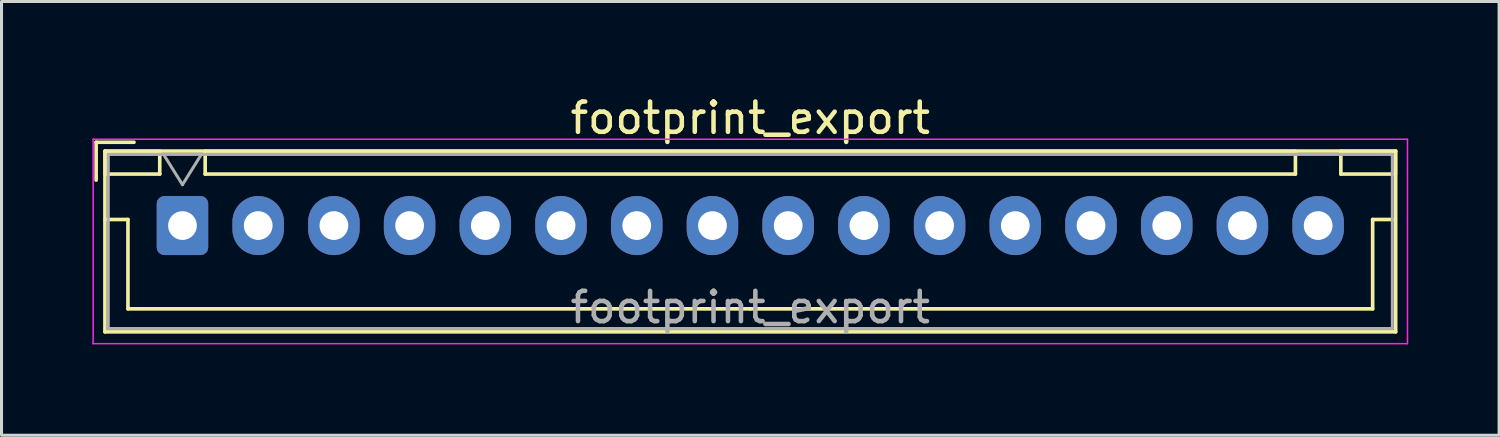
<source format=kicad_pcb>
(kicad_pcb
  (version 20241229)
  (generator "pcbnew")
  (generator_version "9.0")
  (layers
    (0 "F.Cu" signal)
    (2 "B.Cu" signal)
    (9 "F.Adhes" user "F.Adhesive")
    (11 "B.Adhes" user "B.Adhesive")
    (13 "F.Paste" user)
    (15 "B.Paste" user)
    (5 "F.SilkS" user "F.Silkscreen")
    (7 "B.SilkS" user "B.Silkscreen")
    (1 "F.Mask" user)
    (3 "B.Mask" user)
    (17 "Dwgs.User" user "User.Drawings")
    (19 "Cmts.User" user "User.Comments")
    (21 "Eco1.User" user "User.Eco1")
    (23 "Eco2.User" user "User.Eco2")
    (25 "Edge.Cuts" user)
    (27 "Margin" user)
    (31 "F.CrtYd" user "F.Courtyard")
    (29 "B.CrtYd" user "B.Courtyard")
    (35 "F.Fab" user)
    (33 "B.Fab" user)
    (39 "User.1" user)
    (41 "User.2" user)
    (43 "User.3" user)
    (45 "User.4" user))
  (footprint "footprint_export"
    (layer "F.Cu")
    (at 2.975 4.398)
    (property "Reference" "footprint_export" (at 18.75 -3.55 0) (layer "F.SilkS") (effects (font (size 1 1) (thickness 0.15))))
    (attr through_hole)
    (fp_line (start -2.85 -2.75) (end -2.85 -1.5) (stroke (width 0.12) (type solid)) (layer "F.SilkS"))
    (fp_line (start -2.56 -2.46) (end -2.56 3.51) (stroke (width 0.12) (type solid)) (layer "F.SilkS"))
    (fp_line (start -2.56 3.51) (end 40.06 3.51) (stroke (width 0.12) (type solid)) (layer "F.SilkS"))
    (fp_line (start -2.55 -2.45) (end -2.55 -1.7) (stroke (width 0.12) (type solid)) (layer "F.SilkS"))
    (fp_line (start -2.55 -1.7) (end -0.75 -1.7) (stroke (width 0.12) (type solid)) (layer "F.SilkS"))
    (fp_line (start -2.55 -0.2) (end -1.8 -0.2) (stroke (width 0.12) (type solid)) (layer "F.SilkS"))
    (fp_line (start -1.8 -0.2) (end -1.8 2.75) (stroke (width 0.12) (type solid)) (layer "F.SilkS"))
    (fp_line (start -1.8 2.75) (end 18.75 2.75) (stroke (width 0.12) (type solid)) (layer "F.SilkS"))
    (fp_line (start -1.6 -2.75) (end -2.85 -2.75) (stroke (width 0.12) (type solid)) (layer "F.SilkS"))
    (fp_line (start -0.75 -2.45) (end -2.55 -2.45) (stroke (width 0.12) (type solid)) (layer "F.SilkS"))
    (fp_line (start -0.75 -1.7) (end -0.75 -2.45) (stroke (width 0.12) (type solid)) (layer "F.SilkS"))
    (fp_line (start 0.75 -2.45) (end 0.75 -1.7) (stroke (width 0.12) (type solid)) (layer "F.SilkS"))
    (fp_line (start 0.75 -1.7) (end 36.75 -1.7) (stroke (width 0.12) (type solid)) (layer "F.SilkS"))
    (fp_line (start 36.75 -2.45) (end 0.75 -2.45) (stroke (width 0.12) (type solid)) (layer "F.SilkS"))
    (fp_line (start 36.75 -1.7) (end 36.75 -2.45) (stroke (width 0.12) (type solid)) (layer "F.SilkS"))
    (fp_line (start 38.25 -2.45) (end 38.25 -1.7) (stroke (width 0.12) (type solid)) (layer "F.SilkS"))
    (fp_line (start 38.25 -1.7) (end 40.05 -1.7) (stroke (width 0.12) (type solid)) (layer "F.SilkS"))
    (fp_line (start 39.3 -0.2) (end 39.3 2.75) (stroke (width 0.12) (type solid)) (layer "F.SilkS"))
    (fp_line (start 39.3 2.75) (end 18.75 2.75) (stroke (width 0.12) (type solid)) (layer "F.SilkS"))
    (fp_line (start 40.05 -2.45) (end 38.25 -2.45) (stroke (width 0.12) (type solid)) (layer "F.SilkS"))
    (fp_line (start 40.05 -1.7) (end 40.05 -2.45) (stroke (width 0.12) (type solid)) (layer "F.SilkS"))
    (fp_line (start 40.05 -0.2) (end 39.3 -0.2) (stroke (width 0.12) (type solid)) (layer "F.SilkS"))
    (fp_line (start 40.06 -2.46) (end -2.56 -2.46) (stroke (width 0.12) (type solid)) (layer "F.SilkS"))
    (fp_line (start 40.06 3.51) (end 40.06 -2.46) (stroke (width 0.12) (type solid)) (layer "F.SilkS"))
    (fp_line (start -2.95 -2.85) (end -2.95 3.9) (stroke (width 0.05) (type solid)) (layer "F.CrtYd"))
    (fp_line (start -2.95 3.9) (end 40.45 3.9) (stroke (width 0.05) (type solid)) (layer "F.CrtYd"))
    (fp_line (start 40.45 -2.85) (end -2.95 -2.85) (stroke (width 0.05) (type solid)) (layer "F.CrtYd"))
    (fp_line (start 40.45 3.9) (end 40.45 -2.85) (stroke (width 0.05) (type solid)) (layer "F.CrtYd"))
    (fp_line (start -2.45 -2.35) (end -2.45 3.4) (stroke (width 0.1) (type solid)) (layer "F.Fab"))
    (fp_line (start -2.45 3.4) (end 39.95 3.4) (stroke (width 0.1) (type solid)) (layer "F.Fab"))
    (fp_line (start -0.625 -2.35) (end 0 -1.35) (stroke (width 0.1) (type solid)) (layer "F.Fab"))
    (fp_line (start 0 -1.35) (end 0.625 -2.35) (stroke (width 0.1) (type solid)) (layer "F.Fab"))
    (fp_line (start 39.95 -2.35) (end -2.45 -2.35) (stroke (width 0.1) (type solid)) (layer "F.Fab"))
    (fp_line (start 39.95 3.4) (end 39.95 -2.35) (stroke (width 0.1) (type solid)) (layer "F.Fab"))
    (fp_text user "${REFERENCE}" (at 18.75 2.7 0) (layer "F.Fab") (effects (font (size 1 1) (thickness 0.15))))
    (pad "1" thru_hole roundrect (at 0 0) (size 1.7 1.95) (drill 0.95) (layers "*.Cu" "*.Mask") (roundrect_rratio 0.147))
    (pad "2" thru_hole oval (at 2.5 0) (size 1.7 1.95) (drill 0.95) (layers "*.Cu" "*.Mask"))
    (pad "3" thru_hole oval (at 5 0) (size 1.7 1.95) (drill 0.95) (layers "*.Cu" "*.Mask"))
    (pad "4" thru_hole oval (at 7.5 0) (size 1.7 1.95) (drill 0.95) (layers "*.Cu" "*.Mask"))
    (pad "5" thru_hole oval (at 10 0) (size 1.7 1.95) (drill 0.95) (layers "*.Cu" "*.Mask"))
    (pad "6" thru_hole oval (at 12.5 0) (size 1.7 1.95) (drill 0.95) (layers "*.Cu" "*.Mask"))
    (pad "7" thru_hole oval (at 15 0) (size 1.7 1.95) (drill 0.95) (layers "*.Cu" "*.Mask"))
    (pad "8" thru_hole oval (at 17.5 0) (size 1.7 1.95) (drill 0.95) (layers "*.Cu" "*.Mask"))
    (pad "9" thru_hole oval (at 20 0) (size 1.7 1.95) (drill 0.95) (layers "*.Cu" "*.Mask"))
    (pad "10" thru_hole oval (at 22.5 0) (size 1.7 1.95) (drill 0.95) (layers "*.Cu" "*.Mask"))
    (pad "11" thru_hole oval (at 25 0) (size 1.7 1.95) (drill 0.95) (layers "*.Cu" "*.Mask"))
    (pad "12" thru_hole oval (at 27.5 0) (size 1.7 1.95) (drill 0.95) (layers "*.Cu" "*.Mask"))
    (pad "13" thru_hole oval (at 30 0) (size 1.7 1.95) (drill 0.95) (layers "*.Cu" "*.Mask"))
    (pad "14" thru_hole oval (at 32.5 0) (size 1.7 1.95) (drill 0.95) (layers "*.Cu" "*.Mask"))
    (pad "15" thru_hole oval (at 35 0) (size 1.7 1.95) (drill 0.95) (layers "*.Cu" "*.Mask"))
    (pad "16" thru_hole oval (at 37.5 0) (size 1.7 1.95) (drill 0.95) (layers "*.Cu" "*.Mask")))
  (gr_rect
    (start -3 -3)
    (end 46.45 11.323)
    (stroke (width 0.1) (type default))
    (fill no)
    (layer "Edge.Cuts")))
</source>
